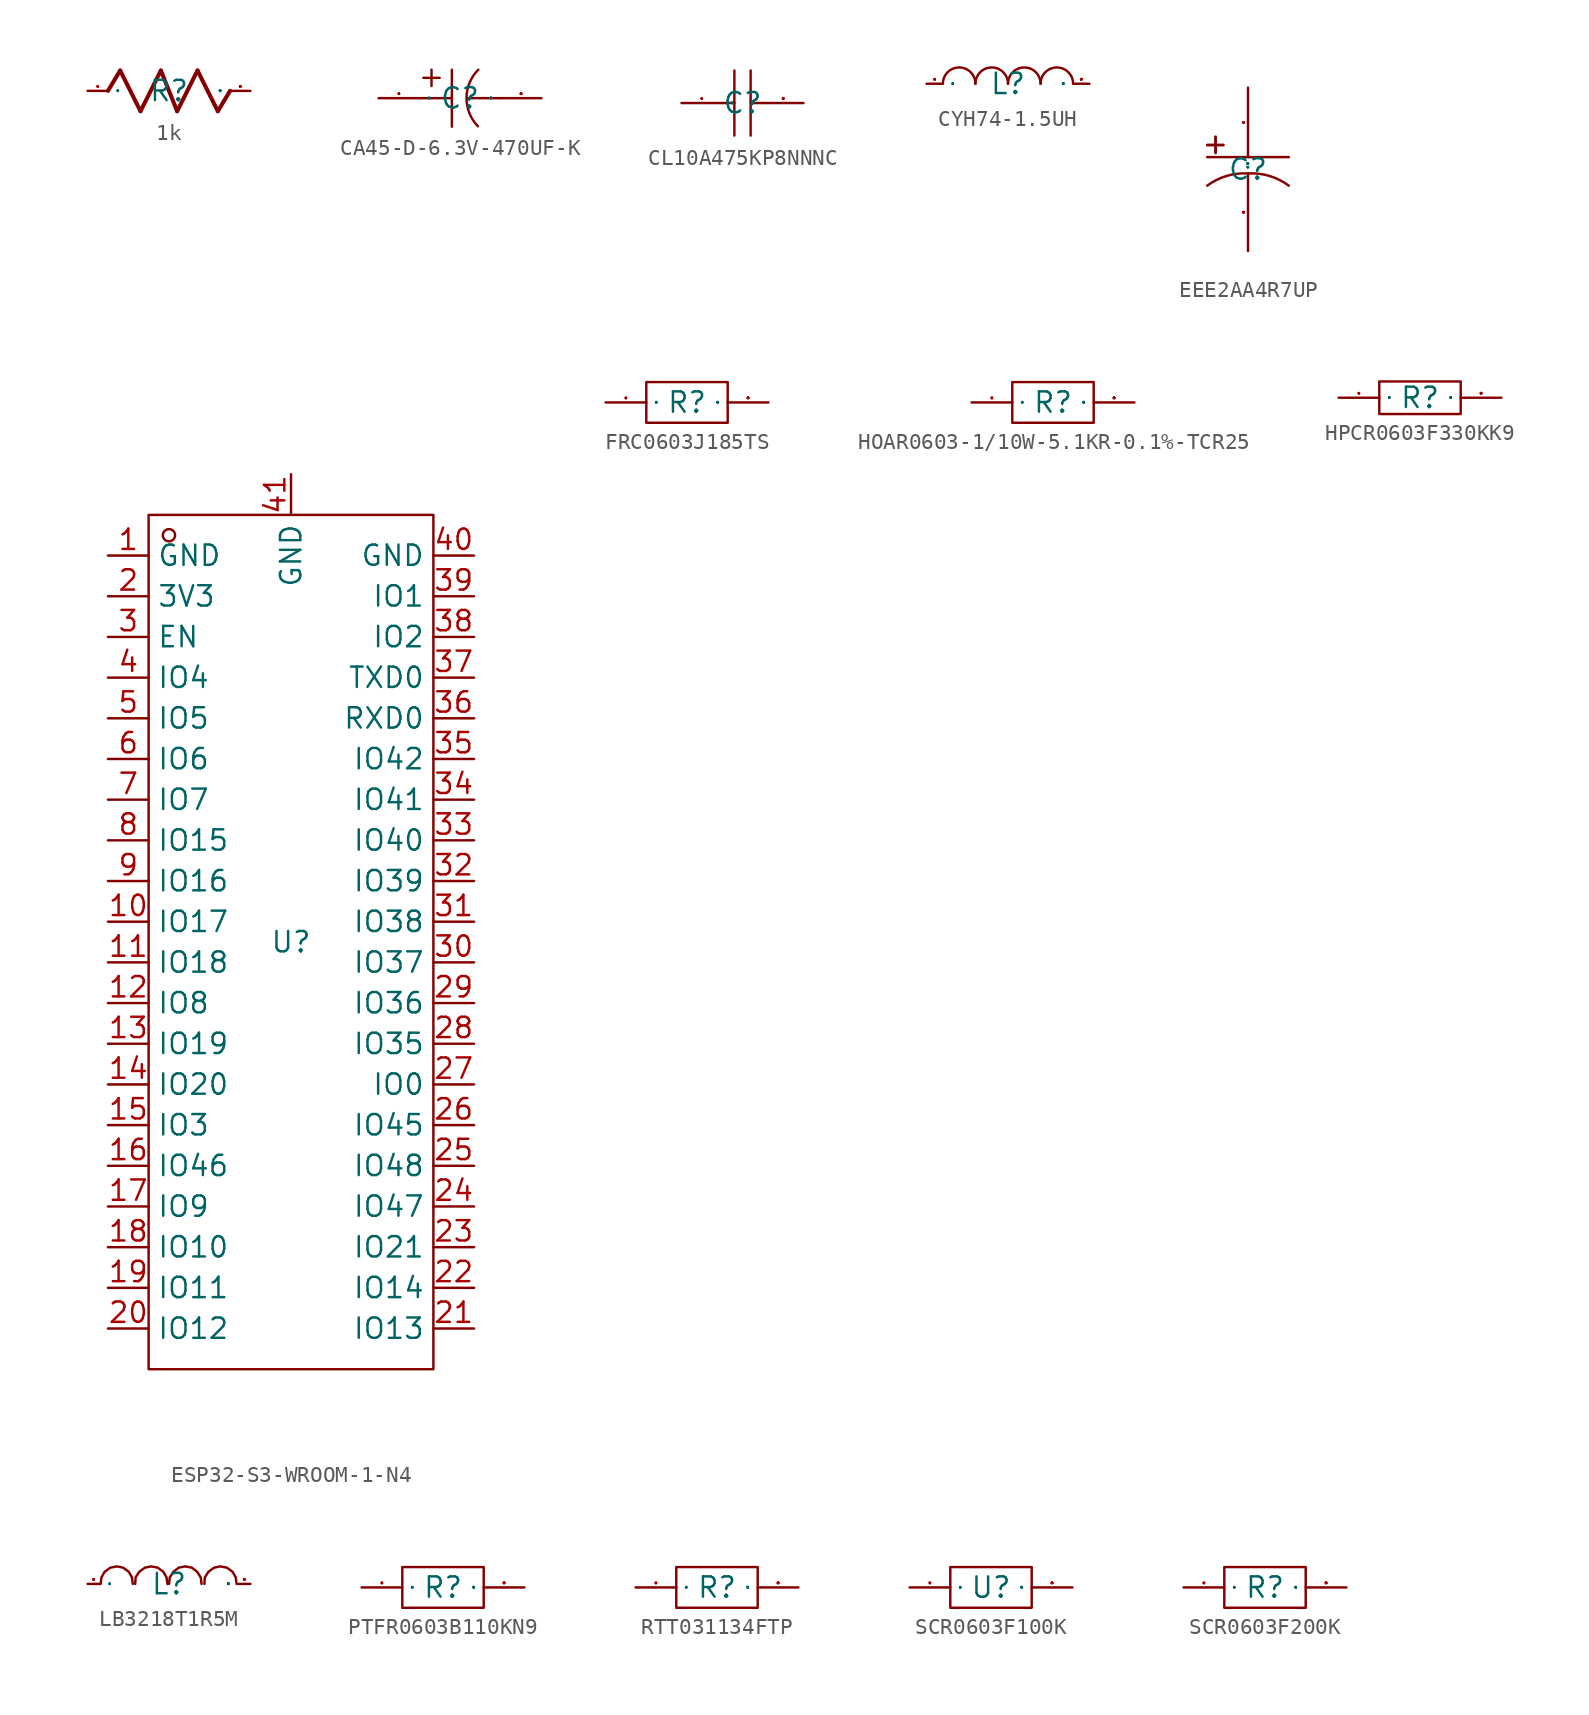
<source format=kicad_sym>
(kicad_symbol_lib
  (version 20241209)
  (generator "kicad_symbol_editor")
  (generator_version "9.0")
  (symbol "1k"
    (property "Reference" "R"
      (at 0 0 0)
      (effects (font (size 1.27 1.27))))
    (property "Value" ""
      (at 0 0 0)
      (effects (font (size 1.27 1.27))))
    (symbol "1k_1_0"
      (polyline (pts (xy -3.048 1.27) (xy -3.81 0)) (stroke (width 0.254) (type default)) (fill (type none)))
      (polyline (pts (xy -1.778 -1.27) (xy -3.048 1.27)) (stroke (width 0.254) (type default)) (fill (type none)))
      (polyline (pts (xy -0.508 1.27) (xy -1.778 -1.27)) (stroke (width 0.254) (type default)) (fill (type none)))
      (polyline (pts (xy 0.508 -1.27) (xy -0.508 1.27)) (stroke (width 0.254) (type default)) (fill (type none)))
      (polyline (pts (xy 1.778 1.27) (xy 0.508 -1.27)) (stroke (width 0.254) (type default)) (fill (type none)))
      (polyline (pts (xy 3.048 -1.27) (xy 1.778 1.27)) (stroke (width 0.254) (type default)) (fill (type none)))
      (polyline (pts (xy 3.81 0) (xy 3.048 -1.27)) (stroke (width 0.254) (type default)) (fill (type none)))
      (pin unspecified line (at -5.08 0 0) (length 1.27) (name "1" (effects (font (size 0.025 0.025)))) (number "1" (effects (font (size 0.025 0.025)))))
      (pin unspecified line (at 5.08 0 180) (length 1.27) (name "2" (effects (font (size 0.025 0.025)))) (number "2" (effects (font (size 0.025 0.025)))))))
  (symbol "CA45-D-6.3V-470UF-K"
    (property "Reference" "C"
      (at 0 0 0)
      (effects (font (size 1.27 1.27))))
    (symbol "CA45-D-6.3V-470UF-K_1_0"
      (polyline (pts (xy -2.54 0) (xy -0.508 0)) (stroke (width 0) (type default)) (fill (type none)))
      (polyline (pts (xy -2.286 1.27) (xy -1.27 1.27)) (stroke (width 0) (type default)) (fill (type none)))
      (polyline (pts (xy -1.778 1.778) (xy -1.778 0.762)) (stroke (width 0) (type default)) (fill (type none)))
      (polyline (pts (xy -0.508 1.778) (xy -0.508 -1.778)) (stroke (width 0) (type default)) (fill (type none)))
      (polyline (pts (xy 0.508 0) (xy 2.54 0)) (stroke (width 0) (type default)) (fill (type none)))
      (arc (start 1.1176 -1.7526) (mid 0.4064 0) (end 1.143 1.778) (stroke (width 0) (type default)) (fill (type none)))
      (pin input line (at -5.08 0 0) (length 2.54) (name "1" (effects (font (size 0.025 0.025)))) (number "1" (effects (font (size 0.025 0.025)))))
      (pin input line (at 5.08 0 180) (length 2.54) (name "2" (effects (font (size 0.025 0.025)))) (number "2" (effects (font (size 0.025 0.025)))))))
  (symbol "CL10A475KP8NNNC"
    (property "Reference" "C"
      (at 0 0 0)
      (effects (font (size 1.27 1.27))))
    (symbol "CL10A475KP8NNNC_1_0"
      (polyline (pts (xy -1.27 0) (xy -0.508 0)) (stroke (width 0) (type default)) (fill (type none)))
      (polyline (pts (xy -0.508 2.032) (xy -0.508 -2.032)) (stroke (width 0) (type default)) (fill (type none)))
      (polyline (pts (xy 0.508 2.032) (xy 0.508 -2.032)) (stroke (width 0) (type default)) (fill (type none)))
      (polyline (pts (xy 0.508 0) (xy 1.27 0)) (stroke (width 0) (type default)) (fill (type none)))
      (pin input line (at -3.81 0 0) (length 2.54) (name "1" (effects (font (size 0.025 0.025)))) (number "1" (effects (font (size 0.025 0.025)))))
      (pin input line (at 3.81 0 180) (length 2.54) (name "2" (effects (font (size 0.025 0.025)))) (number "2" (effects (font (size 0.025 0.025)))))))
  (symbol "CYH74-1.5UH"
    (property "Reference" "L"
      (at 0 0 0)
      (effects (font (size 1.27 1.27))))
    (symbol "CYH74-1.5UH_1_0"
      (arc (start -4.064 0) (mid -3.0226 1.016) (end -2.032 0) (stroke (width 0) (type default)) (fill (type none)))
      (arc (start -2.032 0) (mid -0.9906 1.016) (end 0 0) (stroke (width 0) (type default)) (fill (type none)))
      (arc (start 0 0) (mid 1.016 1.016) (end 2.032 0) (stroke (width 0) (type default)) (fill (type none)))
      (arc (start 2.032 0) (mid 3.048 1.016) (end 4.064 0) (stroke (width 0) (type default)) (fill (type none)))
      (pin unspecified line (at -5.08 0 0) (length 1.016) (name "1" (effects (font (size 0.025 0.025)))) (number "1" (effects (font (size 0.025 0.025)))))
      (pin unspecified line (at 5.08 0 180) (length 1.016) (name "2" (effects (font (size 0.025 0.025)))) (number "2" (effects (font (size 0.025 0.025)))))))
  (symbol "EEE2AA4R7UP"
    (property "Reference" "C"
      (at 0 0 0)
      (effects (font (size 1.27 1.27))))
    (symbol "EEE2AA4R7UP_1_0"
      (rectangle (start -2.54 1.524) (end -1.524 1.499) (stroke (width 0) (type default)) (fill (type none)))
      (polyline (pts (xy -2.54 0.762) (xy 2.54 0.762)) (stroke (width 0) (type default)) (fill (type none)))
      (rectangle (start -2.032 2.032) (end -2.007 1.016) (stroke (width 0) (type default)) (fill (type none)))
      (arc (start -2.54 -1.016) (mid -1.3208 -0.4064) (end 0 -0.254) (stroke (width 0) (type default)) (fill (type none)))
      (arc (start 0 -0.254) (mid 1.3208 -0.4064) (end 2.54 -1.016) (stroke (width 0) (type default)) (fill (type none)))
      (pin unspecified line (at 0 5.08 270) (length 4.318) (name "1" (effects (font (size 0.025 0.025)))) (number "1" (effects (font (size 0.025 0.025)))))
      (pin unspecified line (at 0 -5.08 90) (length 4.826) (name "2" (effects (font (size 0.025 0.025)))) (number "2" (effects (font (size 0.025 0.025)))))))
  (symbol "ESP32-S3-WROOM-1-N4"
    (property "Reference" "U"
      (at 0 0 0)
      (effects (font (size 1.27 1.27))))
    (property "Value" ""
      (at 0 0 0)
      (effects (font (size 1.27 1.27))))
    (symbol "ESP32-S3-WROOM-1-N4_1_0"
      (rectangle (start -8.89 -26.67) (end 8.89 26.67) (stroke (width 0) (type default)) (fill (type none)))
      (circle (center -7.62 25.4) (radius 0.381) (stroke (width 0) (type default)) (fill (type none)))
      (pin unspecified line (at -11.43 24.13 0) (length 2.54) (name "GND" (effects (font (size 1.27 1.27)))) (number "1" (effects (font (size 1.27 1.27)))))
      (pin unspecified line (at -11.43 21.59 0) (length 2.54) (name "3V3" (effects (font (size 1.27 1.27)))) (number "2" (effects (font (size 1.27 1.27)))))
      (pin unspecified line (at -11.43 19.05 0) (length 2.54) (name "EN" (effects (font (size 1.27 1.27)))) (number "3" (effects (font (size 1.27 1.27)))))
      (pin unspecified line (at -11.43 16.51 0) (length 2.54) (name "IO4" (effects (font (size 1.27 1.27)))) (number "4" (effects (font (size 1.27 1.27)))))
      (pin unspecified line (at -11.43 13.97 0) (length 2.54) (name "IO5" (effects (font (size 1.27 1.27)))) (number "5" (effects (font (size 1.27 1.27)))))
      (pin unspecified line (at -11.43 11.43 0) (length 2.54) (name "IO6" (effects (font (size 1.27 1.27)))) (number "6" (effects (font (size 1.27 1.27)))))
      (pin unspecified line (at -11.43 8.89 0) (length 2.54) (name "IO7" (effects (font (size 1.27 1.27)))) (number "7" (effects (font (size 1.27 1.27)))))
      (pin unspecified line (at -11.43 6.35 0) (length 2.54) (name "IO15" (effects (font (size 1.27 1.27)))) (number "8" (effects (font (size 1.27 1.27)))))
      (pin unspecified line (at -11.43 3.81 0) (length 2.54) (name "IO16" (effects (font (size 1.27 1.27)))) (number "9" (effects (font (size 1.27 1.27)))))
      (pin unspecified line (at -11.43 1.27 0) (length 2.54) (name "IO17" (effects (font (size 1.27 1.27)))) (number "10" (effects (font (size 1.27 1.27)))))
      (pin unspecified line (at -11.43 -1.27 0) (length 2.54) (name "IO18" (effects (font (size 1.27 1.27)))) (number "11" (effects (font (size 1.27 1.27)))))
      (pin unspecified line (at -11.43 -3.81 0) (length 2.54) (name "IO8" (effects (font (size 1.27 1.27)))) (number "12" (effects (font (size 1.27 1.27)))))
      (pin unspecified line (at -11.43 -6.35 0) (length 2.54) (name "IO19" (effects (font (size 1.27 1.27)))) (number "13" (effects (font (size 1.27 1.27)))))
      (pin unspecified line (at -11.43 -8.89 0) (length 2.54) (name "IO20" (effects (font (size 1.27 1.27)))) (number "14" (effects (font (size 1.27 1.27)))))
      (pin unspecified line (at -11.43 -11.43 0) (length 2.54) (name "IO3" (effects (font (size 1.27 1.27)))) (number "15" (effects (font (size 1.27 1.27)))))
      (pin unspecified line (at -11.43 -13.97 0) (length 2.54) (name "IO46" (effects (font (size 1.27 1.27)))) (number "16" (effects (font (size 1.27 1.27)))))
      (pin unspecified line (at -11.43 -16.51 0) (length 2.54) (name "IO9" (effects (font (size 1.27 1.27)))) (number "17" (effects (font (size 1.27 1.27)))))
      (pin unspecified line (at -11.43 -19.05 0) (length 2.54) (name "IO10" (effects (font (size 1.27 1.27)))) (number "18" (effects (font (size 1.27 1.27)))))
      (pin unspecified line (at -11.43 -21.59 0) (length 2.54) (name "IO11" (effects (font (size 1.27 1.27)))) (number "19" (effects (font (size 1.27 1.27)))))
      (pin unspecified line (at -11.43 -24.13 0) (length 2.54) (name "IO12" (effects (font (size 1.27 1.27)))) (number "20" (effects (font (size 1.27 1.27)))))
      (pin unspecified line (at 0 29.21 270) (length 2.54) (name "GND" (effects (font (size 1.27 1.27)))) (number "41" (effects (font (size 1.27 1.27)))))
      (pin unspecified line (at 11.43 24.13 180) (length 2.54) (name "GND" (effects (font (size 1.27 1.27)))) (number "40" (effects (font (size 1.27 1.27)))))
      (pin unspecified line (at 11.43 21.59 180) (length 2.54) (name "IO1" (effects (font (size 1.27 1.27)))) (number "39" (effects (font (size 1.27 1.27)))))
      (pin unspecified line (at 11.43 19.05 180) (length 2.54) (name "IO2" (effects (font (size 1.27 1.27)))) (number "38" (effects (font (size 1.27 1.27)))))
      (pin unspecified line (at 11.43 16.51 180) (length 2.54) (name "TXD0" (effects (font (size 1.27 1.27)))) (number "37" (effects (font (size 1.27 1.27)))))
      (pin unspecified line (at 11.43 13.97 180) (length 2.54) (name "RXD0" (effects (font (size 1.27 1.27)))) (number "36" (effects (font (size 1.27 1.27)))))
      (pin unspecified line (at 11.43 11.43 180) (length 2.54) (name "IO42" (effects (font (size 1.27 1.27)))) (number "35" (effects (font (size 1.27 1.27)))))
      (pin unspecified line (at 11.43 8.89 180) (length 2.54) (name "IO41" (effects (font (size 1.27 1.27)))) (number "34" (effects (font (size 1.27 1.27)))))
      (pin unspecified line (at 11.43 6.35 180) (length 2.54) (name "IO40" (effects (font (size 1.27 1.27)))) (number "33" (effects (font (size 1.27 1.27)))))
      (pin unspecified line (at 11.43 3.81 180) (length 2.54) (name "IO39" (effects (font (size 1.27 1.27)))) (number "32" (effects (font (size 1.27 1.27)))))
      (pin unspecified line (at 11.43 1.27 180) (length 2.54) (name "IO38" (effects (font (size 1.27 1.27)))) (number "31" (effects (font (size 1.27 1.27)))))
      (pin unspecified line (at 11.43 -1.27 180) (length 2.54) (name "IO37" (effects (font (size 1.27 1.27)))) (number "30" (effects (font (size 1.27 1.27)))))
      (pin unspecified line (at 11.43 -3.81 180) (length 2.54) (name "IO36" (effects (font (size 1.27 1.27)))) (number "29" (effects (font (size 1.27 1.27)))))
      (pin unspecified line (at 11.43 -6.35 180) (length 2.54) (name "IO35" (effects (font (size 1.27 1.27)))) (number "28" (effects (font (size 1.27 1.27)))))
      (pin unspecified line (at 11.43 -8.89 180) (length 2.54) (name "IO0" (effects (font (size 1.27 1.27)))) (number "27" (effects (font (size 1.27 1.27)))))
      (pin unspecified line (at 11.43 -11.43 180) (length 2.54) (name "IO45" (effects (font (size 1.27 1.27)))) (number "26" (effects (font (size 1.27 1.27)))))
      (pin unspecified line (at 11.43 -13.97 180) (length 2.54) (name "IO48" (effects (font (size 1.27 1.27)))) (number "25" (effects (font (size 1.27 1.27)))))
      (pin unspecified line (at 11.43 -16.51 180) (length 2.54) (name "IO47" (effects (font (size 1.27 1.27)))) (number "24" (effects (font (size 1.27 1.27)))))
      (pin unspecified line (at 11.43 -19.05 180) (length 2.54) (name "IO21" (effects (font (size 1.27 1.27)))) (number "23" (effects (font (size 1.27 1.27)))))
      (pin unspecified line (at 11.43 -21.59 180) (length 2.54) (name "IO14" (effects (font (size 1.27 1.27)))) (number "22" (effects (font (size 1.27 1.27)))))
      (pin unspecified line (at 11.43 -24.13 180) (length 2.54) (name "IO13" (effects (font (size 1.27 1.27)))) (number "21" (effects (font (size 1.27 1.27)))))))
  (symbol "FRC0603J185TS"
    (property "Reference" "R"
      (at 0 0 0)
      (effects (font (size 1.27 1.27))))
    (symbol "FRC0603J185TS_1_0"
      (rectangle (start -2.54 -1.27) (end 2.54 1.27) (stroke (width 0) (type default)) (fill (type none)))
      (pin unspecified line (at -5.08 0 0) (length 2.54) (name "1" (effects (font (size 0.025 0.025)))) (number "1" (effects (font (size 0.025 0.025)))))
      (pin unspecified line (at 5.08 0 180) (length 2.54) (name "2" (effects (font (size 0.025 0.025)))) (number "2" (effects (font (size 0.025 0.025)))))))
  (symbol "HOAR0603-1/10W-5.1KR-0.1%-TCR25"
    (property "Reference" "R"
      (at 0 0 0)
      (effects (font (size 1.27 1.27))))
    (symbol "HOAR0603-1/10W-5.1KR-0.1%-TCR25_1_0"
      (rectangle (start -2.54 -1.27) (end 2.54 1.27) (stroke (width 0) (type default)) (fill (type none)))
      (pin unspecified line (at -5.08 0 0) (length 2.54) (name "1" (effects (font (size 0.025 0.025)))) (number "1" (effects (font (size 0.025 0.025)))))
      (pin unspecified line (at 5.08 0 180) (length 2.54) (name "2" (effects (font (size 0.025 0.025)))) (number "2" (effects (font (size 0.025 0.025)))))))
  (symbol "HPCR0603F330KK9"
    (property "Reference" "R"
      (at 0 0 0)
      (effects (font (size 1.27 1.27))))
    (symbol "HPCR0603F330KK9_1_0"
      (rectangle (start -2.54 -1.016) (end 2.54 1.016) (stroke (width 0) (type default)) (fill (type none)))
      (pin unspecified line (at -5.08 0 0) (length 2.54) (name "1" (effects (font (size 0.025 0.025)))) (number "1" (effects (font (size 0.025 0.025)))))
      (pin unspecified line (at 5.08 0 180) (length 2.54) (name "2" (effects (font (size 0.025 0.025)))) (number "2" (effects (font (size 0.025 0.025)))))))
  (symbol "LB3218T1R5M"
    (property "Reference" "L"
      (at 0 0 0)
      (effects (font (size 1.27 1.27))))
    (symbol "LB3218T1R5M_1_0"
      (polyline (pts (xy -4.267 0) (xy -4.216 0.406) (xy -4.216 0.406) (xy -4.013 0.762) (xy -4.013 0.762) (xy -3.658 1.016) (xy -3.658 1.016) (xy -3.251 1.092) (xy -3.251 1.092) (xy -2.87 1.016) (xy -2.87 1.016) (xy -2.515 0.762) (xy -2.515 0.762) (xy -2.311 0.406) (xy -2.311 0.406) (xy -2.261 0)) (stroke (width 0) (type default)) (fill (type none)))
      (polyline (pts (xy -2.108 0) (xy -2.083 0.406) (xy -2.083 0.406) (xy -1.854 0.762) (xy -1.854 0.762) (xy -1.499 1.016) (xy -1.499 1.016) (xy -1.118 1.092) (xy -1.118 1.092) (xy -0.711 1.016) (xy -0.711 1.016) (xy -0.356 0.762) (xy -0.356 0.762) (xy -0.152 0.406) (xy -0.152 0.406) (xy -0.102 0)) (stroke (width 0) (type default)) (fill (type none)))
      (polyline (pts (xy 0 0) (xy 0.051 0.406) (xy 0.051 0.406) (xy 0.279 0.762) (xy 0.279 0.762) (xy 0.61 1.016) (xy 0.61 1.016) (xy 1.016 1.092) (xy 1.016 1.092) (xy 1.422 1.016) (xy 1.422 1.016) (xy 1.753 0.762) (xy 1.753 0.762) (xy 1.981 0.406) (xy 1.981 0.406) (xy 2.032 0)) (stroke (width 0) (type default)) (fill (type none)))
      (polyline (pts (xy 2.21 0) (xy 2.235 0.406) (xy 2.235 0.406) (xy 2.464 0.762) (xy 2.464 0.762) (xy 2.819 1.016) (xy 2.819 1.016) (xy 3.2 1.092) (xy 3.2 1.092) (xy 3.607 1.016) (xy 3.607 1.016) (xy 3.962 0.762) (xy 3.962 0.762) (xy 4.166 0.406) (xy 4.166 0.406) (xy 4.216 0)) (stroke (width 0) (type default)) (fill (type none)))
      (pin unspecified line (at -5.08 0 0) (length 0.762) (name "1" (effects (font (size 0.025 0.025)))) (number "1" (effects (font (size 0.025 0.025)))))
      (pin unspecified line (at 5.08 0 180) (length 0.762) (name "2" (effects (font (size 0.025 0.025)))) (number "2" (effects (font (size 0.025 0.025)))))))
  (symbol "PTFR0603B110KN9"
    (property "Reference" "R"
      (at 0 0 0)
      (effects (font (size 1.27 1.27))))
    (symbol "PTFR0603B110KN9_1_0"
      (rectangle (start -2.54 1.27) (end 2.54 -1.27) (stroke (width 0) (type default)) (fill (type none)))
      (pin unspecified line (at -5.08 0 0) (length 2.54) (name "1" (effects (font (size 0.025 0.025)))) (number "1" (effects (font (size 0.025 0.025)))))
      (pin unspecified line (at 5.08 0 180) (length 2.54) (name "2" (effects (font (size 0.025 0.025)))) (number "2" (effects (font (size 0.025 0.025)))))))
  (symbol "RTT031134FTP"
    (property "Reference" "R"
      (at 0 0 0)
      (effects (font (size 1.27 1.27))))
    (symbol "RTT031134FTP_1_0"
      (rectangle (start -2.54 -1.27) (end 2.54 1.27) (stroke (width 0) (type default)) (fill (type none)))
      (pin input line (at -5.08 0 0) (length 2.54) (name "1" (effects (font (size 0.025 0.025)))) (number "1" (effects (font (size 0.025 0.025)))))
      (pin input line (at 5.08 0 180) (length 2.54) (name "2" (effects (font (size 0.025 0.025)))) (number "2" (effects (font (size 0.025 0.025)))))))
  (symbol "SCR0603F100K"
    (property "Reference" "U"
      (at 0 0 0)
      (effects (font (size 1.27 1.27))))
    (symbol "SCR0603F100K_1_0"
      (rectangle (start -2.54 -1.27) (end 2.54 1.27) (stroke (width 0) (type default)) (fill (type none)))
      (pin unspecified line (at -5.08 0 0) (length 2.54) (name "1" (effects (font (size 0.025 0.025)))) (number "1" (effects (font (size 0.025 0.025)))))
      (pin unspecified line (at 5.08 0 180) (length 2.54) (name "2" (effects (font (size 0.025 0.025)))) (number "2" (effects (font (size 0.025 0.025)))))))
  (symbol "SCR0603F200K"
    (property "Reference" "R"
      (at 0 0 0)
      (effects (font (size 1.27 1.27))))
    (symbol "SCR0603F200K_1_0"
      (rectangle (start -2.54 -1.27) (end 2.54 1.27) (stroke (width 0) (type default)) (fill (type none)))
      (pin unspecified line (at -5.08 0 0) (length 2.54) (name "1" (effects (font (size 0.025 0.025)))) (number "1" (effects (font (size 0.025 0.025)))))
      (pin unspecified line (at 5.08 0 180) (length 2.54) (name "2" (effects (font (size 0.025 0.025)))) (number "2" (effects (font (size 0.025 0.025))))))))
</source>
